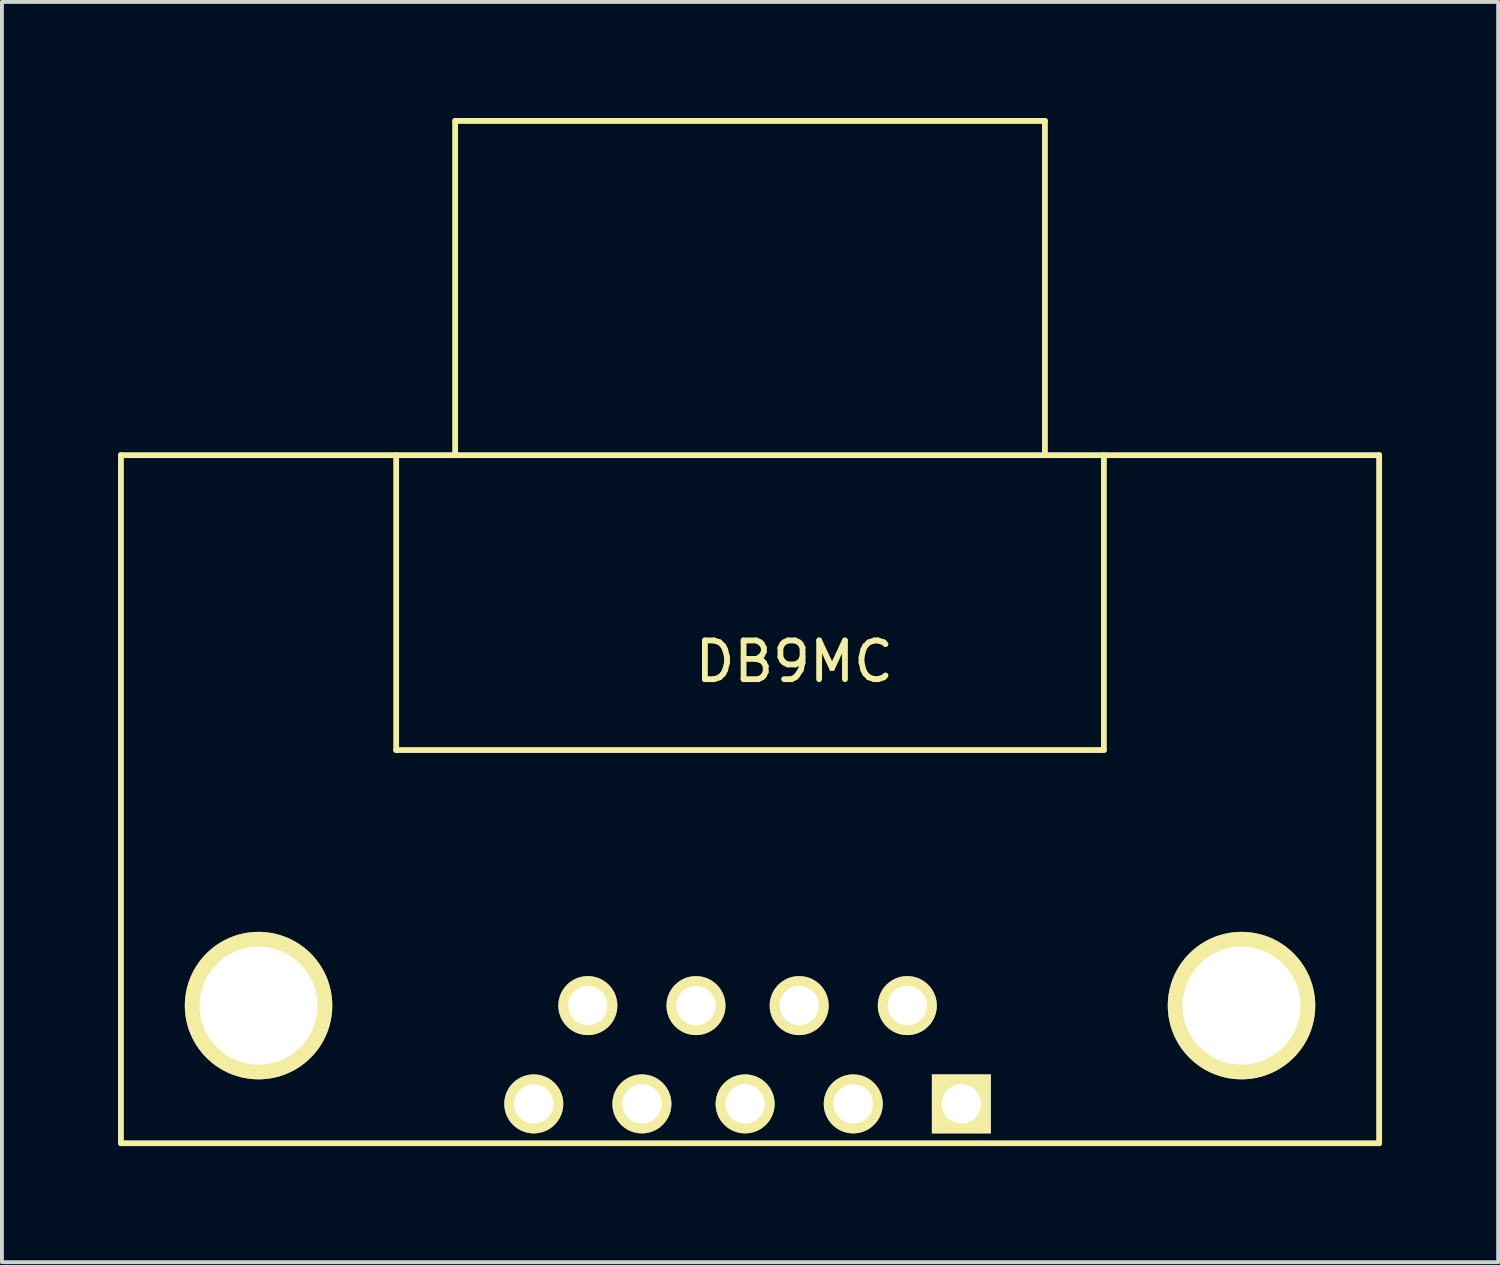
<source format=kicad_pcb>
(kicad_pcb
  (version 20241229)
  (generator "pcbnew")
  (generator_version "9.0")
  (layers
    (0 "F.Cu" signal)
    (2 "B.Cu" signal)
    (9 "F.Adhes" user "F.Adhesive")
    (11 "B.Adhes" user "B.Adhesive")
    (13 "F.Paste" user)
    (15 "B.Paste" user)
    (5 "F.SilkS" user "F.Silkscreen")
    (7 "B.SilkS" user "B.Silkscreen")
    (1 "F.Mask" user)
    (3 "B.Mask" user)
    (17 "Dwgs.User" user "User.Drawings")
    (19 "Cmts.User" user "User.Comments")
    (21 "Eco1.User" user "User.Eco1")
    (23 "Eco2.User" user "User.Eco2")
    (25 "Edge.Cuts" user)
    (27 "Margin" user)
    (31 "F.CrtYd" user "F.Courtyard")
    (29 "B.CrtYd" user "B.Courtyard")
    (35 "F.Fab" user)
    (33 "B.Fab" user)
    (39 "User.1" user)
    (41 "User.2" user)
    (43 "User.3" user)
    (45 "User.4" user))
  (footprint "DB9MC"
    (layer "F.Cu")
    (at 16.204 24.205)
    (property "Reference" "DB9MC" (at 1.27 -10.16 0) (layer "F.SilkS") (effects (font (size 1 1) (thickness 0.15))))
    (attr through_hole)
    (fp_line (start -16.129 -15.494) (end -16.129 2.286) (stroke (width 0.15) (type solid)) (layer "F.SilkS"))
    (fp_line (start -16.129 2.286) (end 16.383 2.286) (stroke (width 0.15) (type solid)) (layer "F.SilkS"))
    (fp_line (start -9.017 -15.494) (end -9.017 -7.874) (stroke (width 0.15) (type solid)) (layer "F.SilkS"))
    (fp_line (start -9.017 -7.874) (end 9.271 -7.874) (stroke (width 0.15) (type solid)) (layer "F.SilkS"))
    (fp_line (start -7.493 -24.13) (end 7.747 -24.13) (stroke (width 0.15) (type solid)) (layer "F.SilkS"))
    (fp_line (start -7.493 -15.494) (end -7.493 -24.13) (stroke (width 0.15) (type solid)) (layer "F.SilkS"))
    (fp_line (start 7.747 -24.13) (end 7.747 -15.494) (stroke (width 0.15) (type solid)) (layer "F.SilkS"))
    (fp_line (start 9.271 -7.874) (end 9.271 -15.494) (stroke (width 0.15) (type solid)) (layer "F.SilkS"))
    (fp_line (start 16.383 -15.494) (end -16.129 -15.494) (stroke (width 0.15) (type solid)) (layer "F.SilkS"))
    (fp_line (start 16.383 2.286) (end 16.383 -15.494) (stroke (width 0.15) (type solid)) (layer "F.SilkS"))
    (pad "" thru_hole circle (at -12.573 -1.27) (size 3.81 3.81) (drill 3.048) (layers "*.Cu" "*.Mask" "F.SilkS"))
    (pad "" thru_hole circle (at 12.827 -1.27) (size 3.81 3.81) (drill 3.048) (layers "*.Cu" "*.Mask" "F.SilkS"))
    (pad "1" thru_hole rect (at 5.588 1.27) (size 1.524 1.524) (drill 1.016) (layers "*.Cu" "*.Mask" "F.SilkS"))
    (pad "2" thru_hole circle (at 2.794 1.27) (size 1.524 1.524) (drill 1.016) (layers "*.Cu" "*.Mask" "F.SilkS"))
    (pad "3" thru_hole circle (at 0 1.27) (size 1.524 1.524) (drill 1.016) (layers "*.Cu" "*.Mask" "F.SilkS"))
    (pad "4" thru_hole circle (at -2.667 1.27) (size 1.524 1.524) (drill 1.016) (layers "*.Cu" "*.Mask" "F.SilkS"))
    (pad "5" thru_hole circle (at -5.461 1.27) (size 1.524 1.524) (drill 1.016) (layers "*.Cu" "*.Mask" "F.SilkS"))
    (pad "6" thru_hole circle (at 4.191 -1.27) (size 1.524 1.524) (drill 1.016) (layers "*.Cu" "*.Mask" "F.SilkS"))
    (pad "7" thru_hole circle (at 1.397 -1.27) (size 1.524 1.524) (drill 1.016) (layers "*.Cu" "*.Mask" "F.SilkS"))
    (pad "8" thru_hole circle (at -1.27 -1.27) (size 1.524 1.524) (drill 1.016) (layers "*.Cu" "*.Mask" "F.SilkS"))
    (pad "9" thru_hole circle (at -4.064 -1.27) (size 1.524 1.524) (drill 1.016) (layers "*.Cu" "*.Mask" "F.SilkS")))
  (gr_rect
    (start -3 -3)
    (end 35.662 29.566)
    (stroke (width 0.1) (type default))
    (fill no)
    (layer "Edge.Cuts")))
</source>
